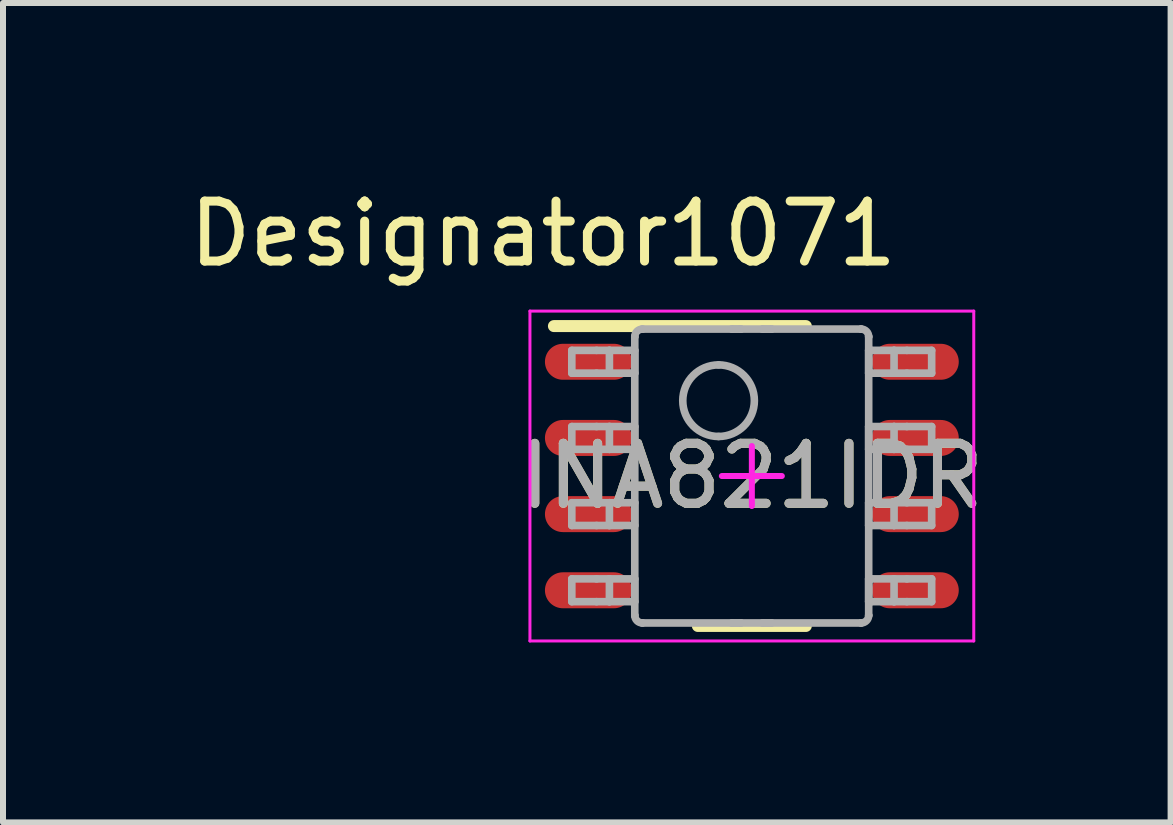
<source format=kicad_pcb>
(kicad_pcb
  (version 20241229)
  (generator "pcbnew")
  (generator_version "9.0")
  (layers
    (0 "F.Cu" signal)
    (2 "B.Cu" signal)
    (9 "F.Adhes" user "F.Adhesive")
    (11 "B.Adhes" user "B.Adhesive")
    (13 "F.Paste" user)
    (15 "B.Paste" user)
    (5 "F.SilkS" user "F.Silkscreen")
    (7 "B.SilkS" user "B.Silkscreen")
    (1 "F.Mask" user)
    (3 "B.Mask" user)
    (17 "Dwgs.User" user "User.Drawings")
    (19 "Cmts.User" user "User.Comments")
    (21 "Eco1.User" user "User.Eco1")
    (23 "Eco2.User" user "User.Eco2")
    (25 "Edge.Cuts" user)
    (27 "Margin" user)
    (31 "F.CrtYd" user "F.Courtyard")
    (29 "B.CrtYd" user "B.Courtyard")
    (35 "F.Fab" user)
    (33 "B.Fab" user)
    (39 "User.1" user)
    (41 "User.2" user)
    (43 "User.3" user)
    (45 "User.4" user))
  (footprint "INA821IDR"
    (layer "F.Cu")
    (at 9.486 4.887)
    (property "Reference" "INA821IDR" (at 0 0 0) (unlocked yes) (layer "F.SilkS") (effects (font (size 1 1) (thickness 0.15))))
    (attr smd)
    (fp_line (start -3.3 -2.5) (end 0.9 -2.5) (stroke (width 0.2) (type solid)) (layer "F.SilkS"))
    (fp_line (start -0.9 2.5) (end 0.9 2.5) (stroke (width 0.2) (type solid)) (layer "F.SilkS"))
    (fp_line (start -3.7 -2.75) (end 3.7 -2.75) (stroke (width 0.05) (type solid)) (layer "F.CrtYd"))
    (fp_line (start -3.7 2.75) (end -3.7 -2.75) (stroke (width 0.05) (type solid)) (layer "F.CrtYd"))
    (fp_line (start -3.7 2.75) (end 3.7 2.75) (stroke (width 0.05) (type solid)) (layer "F.CrtYd"))
    (fp_line (start -0.5 0) (end 0.5 0) (stroke (width 0.1) (type solid)) (layer "F.CrtYd"))
    (fp_line (start 0 0.5) (end 0 -0.5) (stroke (width 0.1) (type solid)) (layer "F.CrtYd"))
    (fp_line (start 3.7 2.75) (end 3.7 -2.75) (stroke (width 0.05) (type solid)) (layer "F.CrtYd"))
    (fp_line (start -3.002 -2.095) (end -2.589 -2.095) (stroke (width 0.127) (type solid)) (layer "F.Fab"))
    (fp_line (start -3.002 -1.715) (end -3.002 -2.095) (stroke (width 0.127) (type solid)) (layer "F.Fab"))
    (fp_line (start -3.002 -1.715) (end -2.589 -1.715) (stroke (width 0.127) (type solid)) (layer "F.Fab"))
    (fp_line (start -3.002 -0.825) (end -2.589 -0.825) (stroke (width 0.127) (type solid)) (layer "F.Fab"))
    (fp_line (start -3.002 -0.445) (end -3.002 -0.825) (stroke (width 0.127) (type solid)) (layer "F.Fab"))
    (fp_line (start -3.002 -0.445) (end -2.589 -0.445) (stroke (width 0.127) (type solid)) (layer "F.Fab"))
    (fp_line (start -3.002 0.445) (end -2.589 0.445) (stroke (width 0.127) (type solid)) (layer "F.Fab"))
    (fp_line (start -3.002 0.825) (end -3.002 0.445) (stroke (width 0.127) (type solid)) (layer "F.Fab"))
    (fp_line (start -3.002 0.825) (end -2.589 0.825) (stroke (width 0.127) (type solid)) (layer "F.Fab"))
    (fp_line (start -3.002 1.715) (end -2.589 1.715) (stroke (width 0.127) (type solid)) (layer "F.Fab"))
    (fp_line (start -3.002 2.095) (end -3.002 1.715) (stroke (width 0.127) (type solid)) (layer "F.Fab"))
    (fp_line (start -3.002 2.095) (end -2.589 2.095) (stroke (width 0.127) (type solid)) (layer "F.Fab"))
    (fp_line (start -2.589 -2.095) (end -2.375 -2.095) (stroke (width 0.127) (type solid)) (layer "F.Fab"))
    (fp_line (start -2.589 -1.715) (end -2.375 -1.715) (stroke (width 0.127) (type solid)) (layer "F.Fab"))
    (fp_line (start -2.589 -0.825) (end -2.375 -0.825) (stroke (width 0.127) (type solid)) (layer "F.Fab"))
    (fp_line (start -2.589 -0.445) (end -2.375 -0.445) (stroke (width 0.127) (type solid)) (layer "F.Fab"))
    (fp_line (start -2.589 0.445) (end -2.375 0.445) (stroke (width 0.127) (type solid)) (layer "F.Fab"))
    (fp_line (start -2.589 0.825) (end -2.375 0.825) (stroke (width 0.127) (type solid)) (layer "F.Fab"))
    (fp_line (start -2.589 1.715) (end -2.375 1.715) (stroke (width 0.127) (type solid)) (layer "F.Fab"))
    (fp_line (start -2.589 2.095) (end -2.375 2.095) (stroke (width 0.127) (type solid)) (layer "F.Fab"))
    (fp_line (start -2.375 -2.095) (end -1.995 -2.095) (stroke (width 0.127) (type solid)) (layer "F.Fab"))
    (fp_line (start -2.375 -1.715) (end -2.375 -2.095) (stroke (width 0.127) (type solid)) (layer "F.Fab"))
    (fp_line (start -2.375 -1.715) (end -1.995 -1.715) (stroke (width 0.127) (type solid)) (layer "F.Fab"))
    (fp_line (start -2.375 -0.825) (end -1.995 -0.825) (stroke (width 0.127) (type solid)) (layer "F.Fab"))
    (fp_line (start -2.375 -0.445) (end -2.375 -0.825) (stroke (width 0.127) (type solid)) (layer "F.Fab"))
    (fp_line (start -2.375 -0.445) (end -1.995 -0.445) (stroke (width 0.127) (type solid)) (layer "F.Fab"))
    (fp_line (start -2.375 0.445) (end -1.995 0.445) (stroke (width 0.127) (type solid)) (layer "F.Fab"))
    (fp_line (start -2.375 0.825) (end -2.375 0.445) (stroke (width 0.127) (type solid)) (layer "F.Fab"))
    (fp_line (start -2.375 0.825) (end -1.995 0.825) (stroke (width 0.127) (type solid)) (layer "F.Fab"))
    (fp_line (start -2.375 1.715) (end -1.995 1.715) (stroke (width 0.127) (type solid)) (layer "F.Fab"))
    (fp_line (start -2.375 2.095) (end -2.375 1.715) (stroke (width 0.127) (type solid)) (layer "F.Fab"))
    (fp_line (start -2.375 2.095) (end -1.995 2.095) (stroke (width 0.127) (type solid)) (layer "F.Fab"))
    (fp_line (start -1.995 -2.095) (end -1.952 -2.095) (stroke (width 0.127) (type solid)) (layer "F.Fab"))
    (fp_line (start -1.995 -1.715) (end -1.952 -1.715) (stroke (width 0.127) (type solid)) (layer "F.Fab"))
    (fp_line (start -1.995 -0.825) (end -1.952 -0.825) (stroke (width 0.127) (type solid)) (layer "F.Fab"))
    (fp_line (start -1.995 -0.445) (end -1.952 -0.445) (stroke (width 0.127) (type solid)) (layer "F.Fab"))
    (fp_line (start -1.995 0.445) (end -1.952 0.445) (stroke (width 0.127) (type solid)) (layer "F.Fab"))
    (fp_line (start -1.995 0.825) (end -1.952 0.825) (stroke (width 0.127) (type solid)) (layer "F.Fab"))
    (fp_line (start -1.995 1.715) (end -1.952 1.715) (stroke (width 0.127) (type solid)) (layer "F.Fab"))
    (fp_line (start -1.995 2.095) (end -1.952 2.095) (stroke (width 0.127) (type solid)) (layer "F.Fab"))
    (fp_line (start -1.952 -2.323) (end -1.952 -2.324) (stroke (width 0.127) (type solid)) (layer "F.Fab"))
    (fp_line (start -1.952 -1.715) (end -1.952 -2.095) (stroke (width 0.127) (type solid)) (layer "F.Fab"))
    (fp_line (start -1.952 -0.445) (end -1.952 -0.825) (stroke (width 0.127) (type solid)) (layer "F.Fab"))
    (fp_line (start -1.952 0.825) (end -1.952 0.445) (stroke (width 0.127) (type solid)) (layer "F.Fab"))
    (fp_line (start -1.952 2.095) (end -1.952 1.715) (stroke (width 0.127) (type solid)) (layer "F.Fab"))
    (fp_line (start -1.952 2.323) (end -1.952 -2.323) (stroke (width 0.127) (type solid)) (layer "F.Fab"))
    (fp_line (start -1.952 2.324) (end -1.952 2.323) (stroke (width 0.127) (type solid)) (layer "F.Fab"))
    (fp_line (start -1.826 -2.45) (end -1.825 -2.45) (stroke (width 0.127) (type solid)) (layer "F.Fab"))
    (fp_line (start -1.826 2.45) (end -1.825 2.45) (stroke (width 0.127) (type solid)) (layer "F.Fab"))
    (fp_line (start -1.825 -2.45) (end -0.332 -2.45) (stroke (width 0.127) (type solid)) (layer "F.Fab"))
    (fp_line (start -1.825 2.45) (end -0.332 2.45) (stroke (width 0.127) (type solid)) (layer "F.Fab"))
    (fp_line (start -0.332 -2.45) (end -0.182 -2.45) (stroke (width 0.127) (type solid)) (layer "F.Fab"))
    (fp_line (start -0.332 -2.45) (end -0.182 -2.45) (stroke (width 0.127) (type solid)) (layer "F.Fab"))
    (fp_line (start -0.332 2.45) (end -0.182 2.45) (stroke (width 0.127) (type solid)) (layer "F.Fab"))
    (fp_line (start -0.332 2.45) (end -0.182 2.45) (stroke (width 0.127) (type solid)) (layer "F.Fab"))
    (fp_line (start -0.182 -2.45) (end 0.178 -2.45) (stroke (width 0.127) (type solid)) (layer "F.Fab"))
    (fp_line (start -0.182 2.45) (end 0.178 2.45) (stroke (width 0.127) (type solid)) (layer "F.Fab"))
    (fp_line (start 0.178 -2.45) (end 0.328 -2.45) (stroke (width 0.127) (type solid)) (layer "F.Fab"))
    (fp_line (start 0.178 -2.45) (end 0.328 -2.45) (stroke (width 0.127) (type solid)) (layer "F.Fab"))
    (fp_line (start 0.178 2.45) (end 0.328 2.45) (stroke (width 0.127) (type solid)) (layer "F.Fab"))
    (fp_line (start 0.178 2.45) (end 0.328 2.45) (stroke (width 0.127) (type solid)) (layer "F.Fab"))
    (fp_line (start 0.328 -2.45) (end 1.821 -2.45) (stroke (width 0.127) (type solid)) (layer "F.Fab"))
    (fp_line (start 0.328 2.45) (end 1.821 2.45) (stroke (width 0.127) (type solid)) (layer "F.Fab"))
    (fp_line (start 1.821 -2.45) (end 1.822 -2.45) (stroke (width 0.127) (type solid)) (layer "F.Fab"))
    (fp_line (start 1.821 2.45) (end 1.822 2.45) (stroke (width 0.127) (type solid)) (layer "F.Fab"))
    (fp_line (start 1.948 -2.323) (end 1.948 -2.324) (stroke (width 0.127) (type solid)) (layer "F.Fab"))
    (fp_line (start 1.948 -2.095) (end 1.991 -2.095) (stroke (width 0.127) (type solid)) (layer "F.Fab"))
    (fp_line (start 1.948 -1.715) (end 1.948 -2.095) (stroke (width 0.127) (type solid)) (layer "F.Fab"))
    (fp_line (start 1.948 -1.715) (end 1.991 -1.715) (stroke (width 0.127) (type solid)) (layer "F.Fab"))
    (fp_line (start 1.948 -0.825) (end 1.991 -0.825) (stroke (width 0.127) (type solid)) (layer "F.Fab"))
    (fp_line (start 1.948 -0.445) (end 1.948 -0.825) (stroke (width 0.127) (type solid)) (layer "F.Fab"))
    (fp_line (start 1.948 -0.445) (end 1.991 -0.445) (stroke (width 0.127) (type solid)) (layer "F.Fab"))
    (fp_line (start 1.948 0.445) (end 1.991 0.445) (stroke (width 0.127) (type solid)) (layer "F.Fab"))
    (fp_line (start 1.948 0.825) (end 1.948 0.445) (stroke (width 0.127) (type solid)) (layer "F.Fab"))
    (fp_line (start 1.948 0.825) (end 1.991 0.825) (stroke (width 0.127) (type solid)) (layer "F.Fab"))
    (fp_line (start 1.948 1.715) (end 1.991 1.715) (stroke (width 0.127) (type solid)) (layer "F.Fab"))
    (fp_line (start 1.948 2.095) (end 1.948 1.715) (stroke (width 0.127) (type solid)) (layer "F.Fab"))
    (fp_line (start 1.948 2.095) (end 1.991 2.095) (stroke (width 0.127) (type solid)) (layer "F.Fab"))
    (fp_line (start 1.948 2.323) (end 1.948 -2.323) (stroke (width 0.127) (type solid)) (layer "F.Fab"))
    (fp_line (start 1.948 2.324) (end 1.948 2.323) (stroke (width 0.127) (type solid)) (layer "F.Fab"))
    (fp_line (start 1.991 -2.095) (end 2.371 -2.095) (stroke (width 0.127) (type solid)) (layer "F.Fab"))
    (fp_line (start 1.991 -1.715) (end 2.371 -1.715) (stroke (width 0.127) (type solid)) (layer "F.Fab"))
    (fp_line (start 1.991 -0.825) (end 2.371 -0.825) (stroke (width 0.127) (type solid)) (layer "F.Fab"))
    (fp_line (start 1.991 -0.445) (end 2.371 -0.445) (stroke (width 0.127) (type solid)) (layer "F.Fab"))
    (fp_line (start 1.991 0.445) (end 2.371 0.445) (stroke (width 0.127) (type solid)) (layer "F.Fab"))
    (fp_line (start 1.991 0.825) (end 2.371 0.825) (stroke (width 0.127) (type solid)) (layer "F.Fab"))
    (fp_line (start 1.991 1.715) (end 2.371 1.715) (stroke (width 0.127) (type solid)) (layer "F.Fab"))
    (fp_line (start 1.991 2.095) (end 2.371 2.095) (stroke (width 0.127) (type solid)) (layer "F.Fab"))
    (fp_line (start 2.371 -2.095) (end 2.585 -2.095) (stroke (width 0.127) (type solid)) (layer "F.Fab"))
    (fp_line (start 2.371 -1.715) (end 2.371 -2.095) (stroke (width 0.127) (type solid)) (layer "F.Fab"))
    (fp_line (start 2.371 -1.715) (end 2.585 -1.715) (stroke (width 0.127) (type solid)) (layer "F.Fab"))
    (fp_line (start 2.371 -0.825) (end 2.585 -0.825) (stroke (width 0.127) (type solid)) (layer "F.Fab"))
    (fp_line (start 2.371 -0.445) (end 2.371 -0.825) (stroke (width 0.127) (type solid)) (layer "F.Fab"))
    (fp_line (start 2.371 -0.445) (end 2.585 -0.445) (stroke (width 0.127) (type solid)) (layer "F.Fab"))
    (fp_line (start 2.371 0.445) (end 2.585 0.445) (stroke (width 0.127) (type solid)) (layer "F.Fab"))
    (fp_line (start 2.371 0.825) (end 2.371 0.445) (stroke (width 0.127) (type solid)) (layer "F.Fab"))
    (fp_line (start 2.371 0.825) (end 2.585 0.825) (stroke (width 0.127) (type solid)) (layer "F.Fab"))
    (fp_line (start 2.371 1.715) (end 2.585 1.715) (stroke (width 0.127) (type solid)) (layer "F.Fab"))
    (fp_line (start 2.371 2.095) (end 2.371 1.715) (stroke (width 0.127) (type solid)) (layer "F.Fab"))
    (fp_line (start 2.371 2.095) (end 2.585 2.095) (stroke (width 0.127) (type solid)) (layer "F.Fab"))
    (fp_line (start 2.585 -2.095) (end 2.998 -2.095) (stroke (width 0.127) (type solid)) (layer "F.Fab"))
    (fp_line (start 2.585 -1.715) (end 2.998 -1.715) (stroke (width 0.127) (type solid)) (layer "F.Fab"))
    (fp_line (start 2.585 -0.825) (end 2.998 -0.825) (stroke (width 0.127) (type solid)) (layer "F.Fab"))
    (fp_line (start 2.585 -0.445) (end 2.998 -0.445) (stroke (width 0.127) (type solid)) (layer "F.Fab"))
    (fp_line (start 2.585 0.445) (end 2.998 0.445) (stroke (width 0.127) (type solid)) (layer "F.Fab"))
    (fp_line (start 2.585 0.825) (end 2.998 0.825) (stroke (width 0.127) (type solid)) (layer "F.Fab"))
    (fp_line (start 2.585 1.715) (end 2.998 1.715) (stroke (width 0.127) (type solid)) (layer "F.Fab"))
    (fp_line (start 2.585 2.095) (end 2.998 2.095) (stroke (width 0.127) (type solid)) (layer "F.Fab"))
    (fp_line (start 2.998 -1.715) (end 2.998 -2.095) (stroke (width 0.127) (type solid)) (layer "F.Fab"))
    (fp_line (start 2.998 -0.445) (end 2.998 -0.825) (stroke (width 0.127) (type solid)) (layer "F.Fab"))
    (fp_line (start 2.998 0.825) (end 2.998 0.445) (stroke (width 0.127) (type solid)) (layer "F.Fab"))
    (fp_line (start 2.998 2.095) (end 2.998 1.715) (stroke (width 0.127) (type solid)) (layer "F.Fab"))
    (fp_arc (start -1.952002 -2.323941) (mid -1.914806 -2.412806) (end -1.825941 -2.450002) (stroke (width 0.127) (type solid)) (layer "F.Fab"))
    (fp_arc (start -1.825941 2.449992) (mid -1.914806 2.412795) (end -1.952002 2.323931) (stroke (width 0.127) (type solid)) (layer "F.Fab"))
    (fp_arc (start -0.555 -1.8531) (mid 0.0419 -1.2562) (end -0.555 -0.6593) (stroke (width 0.127) (type solid)) (layer "F.Fab"))
    (fp_arc (start -0.555 -0.6593) (mid -1.1519 -1.2562) (end -0.555 -1.8531) (stroke (width 0.127) (type solid)) (layer "F.Fab"))
    (fp_arc (start 1.821933 -2.450002) (mid 1.910797 -2.412806) (end 1.947994 -2.323941) (stroke (width 0.127) (type solid)) (layer "F.Fab"))
    (fp_arc (start 1.947994 2.323931) (mid 1.910797 2.412795) (end 1.821933 2.449992) (stroke (width 0.127) (type solid)) (layer "F.Fab"))
    (fp_text user "Designator1071" (at -3.48 -4.039 0) (unlocked yes) (layer "F.SilkS") (effects (font (size 1 1) (thickness 0.15))))
    (fp_text user "${REFERENCE}" (at 0 0 0) (unlocked yes) (layer "F.Fab") (effects (font (size 1 1) (thickness 0.15))))
    (pad "1" smd oval (at -2.725 -1.905 90) (size 0.6 1.45) (layers "F.Cu" "F.Mask" "F.Paste"))
    (pad "2" smd oval (at -2.725 -0.635 90) (size 0.6 1.45) (layers "F.Cu" "F.Mask" "F.Paste"))
    (pad "3" smd oval (at -2.725 0.635 90) (size 0.6 1.45) (layers "F.Cu" "F.Mask" "F.Paste"))
    (pad "4" smd oval (at -2.725 1.905 90) (size 0.6 1.45) (layers "F.Cu" "F.Mask" "F.Paste"))
    (pad "5" smd oval (at 2.725 1.905 90) (size 0.6 1.45) (layers "F.Cu" "F.Mask" "F.Paste"))
    (pad "6" smd oval (at 2.725 0.635 90) (size 0.6 1.45) (layers "F.Cu" "F.Mask" "F.Paste"))
    (pad "7" smd oval (at 2.725 -0.635 90) (size 0.6 1.45) (layers "F.Cu" "F.Mask" "F.Paste"))
    (pad "8" smd oval (at 2.725 -1.905 90) (size 0.6 1.45) (layers "F.Cu" "F.Mask" "F.Paste")))
  (gr_rect
    (start -3 -3)
    (end 16.468 10.662)
    (stroke (width 0.1) (type default))
    (fill no)
    (layer "Edge.Cuts")))
</source>
